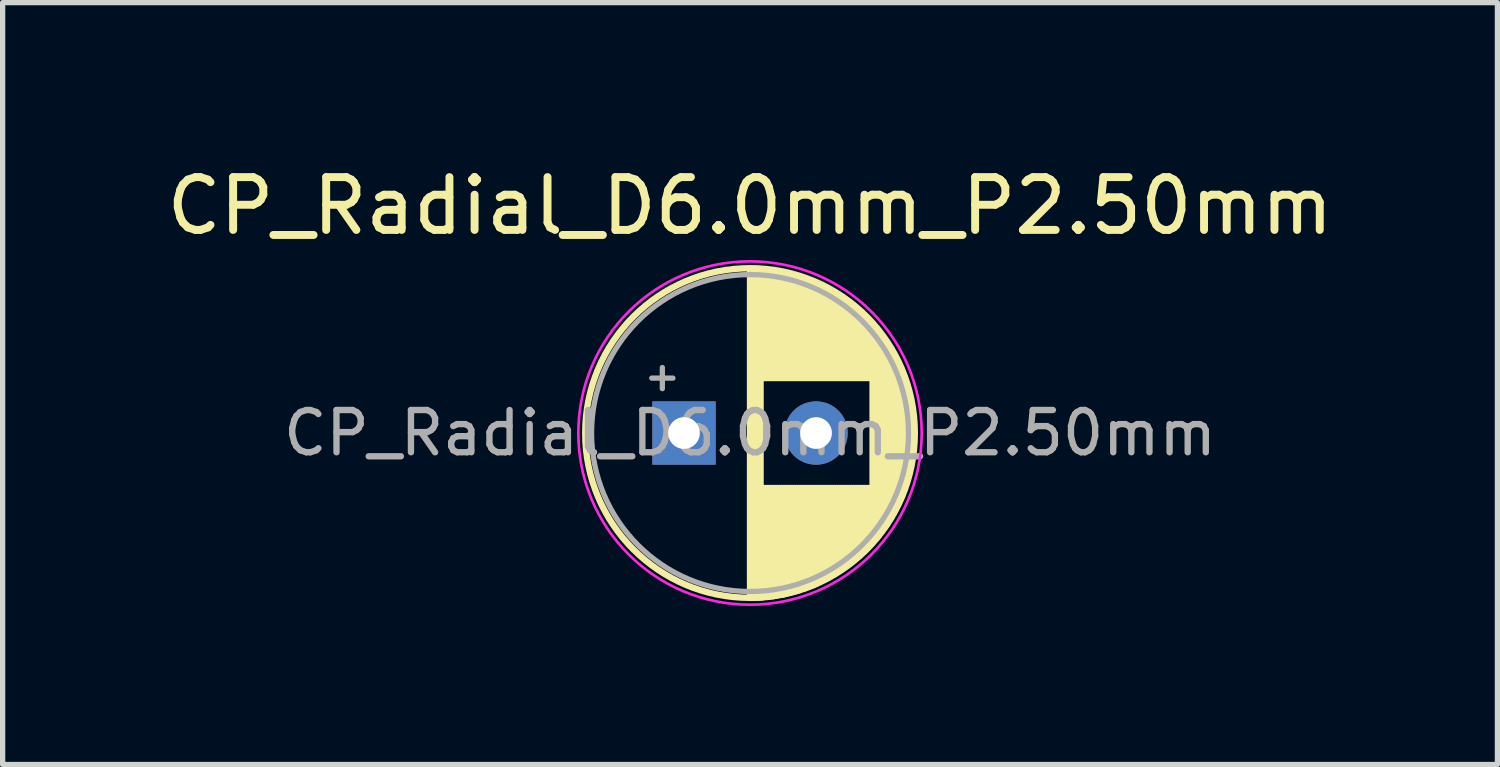
<source format=kicad_pcb>
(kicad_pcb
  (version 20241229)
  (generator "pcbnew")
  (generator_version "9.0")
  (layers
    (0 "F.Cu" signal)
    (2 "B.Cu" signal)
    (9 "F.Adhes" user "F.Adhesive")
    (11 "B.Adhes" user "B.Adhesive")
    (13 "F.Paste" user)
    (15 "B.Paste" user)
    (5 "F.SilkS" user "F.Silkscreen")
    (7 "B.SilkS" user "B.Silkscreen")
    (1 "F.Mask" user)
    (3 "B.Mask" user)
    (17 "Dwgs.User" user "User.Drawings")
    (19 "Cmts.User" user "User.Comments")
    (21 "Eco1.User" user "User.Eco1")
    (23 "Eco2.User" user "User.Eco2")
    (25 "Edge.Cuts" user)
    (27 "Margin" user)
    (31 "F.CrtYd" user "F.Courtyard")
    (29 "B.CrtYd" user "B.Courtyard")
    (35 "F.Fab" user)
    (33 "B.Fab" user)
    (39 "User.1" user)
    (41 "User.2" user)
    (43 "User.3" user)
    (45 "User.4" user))
  (footprint "CP_Radial_D6.0mm_P2.50mm"
    (layer "F.Cu")
    (at 11.149 5.148)
    (property "Reference" "CP_Radial_D6.0mm_P2.50mm" (at 0 -4.3 0) (layer "F.SilkS") (effects (font (size 1 1) (thickness 0.15))))
    (attr through_hole)
    (fp_line (start 0 -3.11) (end 0 3.12) (stroke (width 0.12) (type solid)) (layer "F.SilkS"))
    (fp_line (start 0.04 -3.1) (end 0.04 3.12) (stroke (width 0.12) (type solid)) (layer "F.SilkS"))
    (fp_line (start 0.08 -3.11) (end 0.08 3.119) (stroke (width 0.12) (type solid)) (layer "F.SilkS"))
    (fp_line (start 0.12 -3.11) (end 0.12 3.118) (stroke (width 0.12) (type solid)) (layer "F.SilkS"))
    (fp_line (start 0.16 -3.1) (end 0.16 3.116) (stroke (width 0.12) (type solid)) (layer "F.SilkS"))
    (fp_line (start 0.2 -3.1) (end 0.2 3.114) (stroke (width 0.12) (type solid)) (layer "F.SilkS"))
    (fp_line (start 0.24 -3.1) (end 0.24 -1.04) (stroke (width 0.12) (type solid)) (layer "F.SilkS"))
    (fp_line (start 0.24 1.04) (end 0.24 3.111) (stroke (width 0.12) (type solid)) (layer "F.SilkS"))
    (fp_line (start 0.28 -3.09) (end 0.28 -1.04) (stroke (width 0.12) (type solid)) (layer "F.SilkS"))
    (fp_line (start 0.28 1.04) (end 0.28 3.1) (stroke (width 0.12) (type solid)) (layer "F.SilkS"))
    (fp_line (start 0.32 -3.09) (end 0.32 -1.04) (stroke (width 0.12) (type solid)) (layer "F.SilkS"))
    (fp_line (start 0.32 1.04) (end 0.32 3.104) (stroke (width 0.12) (type solid)) (layer "F.SilkS"))
    (fp_line (start 0.36 -3.08) (end 0.36 -1.04) (stroke (width 0.12) (type solid)) (layer "F.SilkS"))
    (fp_line (start 0.36 1.04) (end 0.36 3.099) (stroke (width 0.12) (type solid)) (layer "F.SilkS"))
    (fp_line (start 0.4 -3.07) (end 0.4 -1.04) (stroke (width 0.12) (type solid)) (layer "F.SilkS"))
    (fp_line (start 0.4 1.04) (end 0.4 3.09) (stroke (width 0.12) (type solid)) (layer "F.SilkS"))
    (fp_line (start 0.44 -3.07) (end 0.44 -1.04) (stroke (width 0.12) (type solid)) (layer "F.SilkS"))
    (fp_line (start 0.44 1.04) (end 0.44 3.089) (stroke (width 0.12) (type solid)) (layer "F.SilkS"))
    (fp_line (start 0.48 -3.07) (end 0.48 -1.04) (stroke (width 0.12) (type solid)) (layer "F.SilkS"))
    (fp_line (start 0.48 1.04) (end 0.48 3.08) (stroke (width 0.12) (type solid)) (layer "F.SilkS"))
    (fp_line (start 0.52 -3.06) (end 0.52 -1.04) (stroke (width 0.12) (type solid)) (layer "F.SilkS"))
    (fp_line (start 0.52 1.04) (end 0.52 3.07) (stroke (width 0.12) (type solid)) (layer "F.SilkS"))
    (fp_line (start 0.56 -3.05) (end 0.56 -1.04) (stroke (width 0.12) (type solid)) (layer "F.SilkS"))
    (fp_line (start 0.56 1.04) (end 0.56 3.06) (stroke (width 0.12) (type solid)) (layer "F.SilkS"))
    (fp_line (start 0.6 -3.04) (end 0.6 -1.04) (stroke (width 0.12) (type solid)) (layer "F.SilkS"))
    (fp_line (start 0.6 1.04) (end 0.6 3.06) (stroke (width 0.12) (type solid)) (layer "F.SilkS"))
    (fp_line (start 0.64 -3.04) (end 0.64 -1.04) (stroke (width 0.12) (type solid)) (layer "F.SilkS"))
    (fp_line (start 0.64 1.04) (end 0.64 3.054) (stroke (width 0.12) (type solid)) (layer "F.SilkS"))
    (fp_line (start 0.68 -3.02) (end 0.68 -1.04) (stroke (width 0.12) (type solid)) (layer "F.SilkS"))
    (fp_line (start 0.68 1.04) (end 0.68 3.04) (stroke (width 0.12) (type solid)) (layer "F.SilkS"))
    (fp_line (start 0.72 -3.02) (end 0.72 -1.04) (stroke (width 0.12) (type solid)) (layer "F.SilkS"))
    (fp_line (start 0.72 1.04) (end 0.72 3.03) (stroke (width 0.12) (type solid)) (layer "F.SilkS"))
    (fp_line (start 0.76 -3.01) (end 0.76 -1.04) (stroke (width 0.12) (type solid)) (layer "F.SilkS"))
    (fp_line (start 0.76 1.04) (end 0.76 3.02) (stroke (width 0.12) (type solid)) (layer "F.SilkS"))
    (fp_line (start 0.8 -3) (end 0.8 -1.04) (stroke (width 0.12) (type solid)) (layer "F.SilkS"))
    (fp_line (start 0.8 1.04) (end 0.8 3.01) (stroke (width 0.12) (type solid)) (layer "F.SilkS"))
    (fp_line (start 0.84 -2.99) (end 0.84 -1.04) (stroke (width 0.12) (type solid)) (layer "F.SilkS"))
    (fp_line (start 0.84 1.04) (end 0.84 3) (stroke (width 0.12) (type solid)) (layer "F.SilkS"))
    (fp_line (start 0.88 -2.98) (end 0.88 -1.04) (stroke (width 0.12) (type solid)) (layer "F.SilkS"))
    (fp_line (start 0.88 1.04) (end 0.88 2.99) (stroke (width 0.12) (type solid)) (layer "F.SilkS"))
    (fp_line (start 0.92 -2.97) (end 0.92 -1.04) (stroke (width 0.12) (type solid)) (layer "F.SilkS"))
    (fp_line (start 0.92 1.04) (end 0.92 2.98) (stroke (width 0.12) (type solid)) (layer "F.SilkS"))
    (fp_line (start 0.96 -2.95) (end 0.96 -1.04) (stroke (width 0.12) (type solid)) (layer "F.SilkS"))
    (fp_line (start 0.96 1.04) (end 0.96 2.96) (stroke (width 0.12) (type solid)) (layer "F.SilkS"))
    (fp_line (start 1 -2.94) (end 1 -1.04) (stroke (width 0.12) (type solid)) (layer "F.SilkS"))
    (fp_line (start 1 1.04) (end 1 2.95) (stroke (width 0.12) (type solid)) (layer "F.SilkS"))
    (fp_line (start 1.04 -2.93) (end 1.04 -1.04) (stroke (width 0.12) (type solid)) (layer "F.SilkS"))
    (fp_line (start 1.04 1.04) (end 1.04 2.94) (stroke (width 0.12) (type solid)) (layer "F.SilkS"))
    (fp_line (start 1.08 -2.91) (end 1.08 -1.04) (stroke (width 0.12) (type solid)) (layer "F.SilkS"))
    (fp_line (start 1.08 1.04) (end 1.08 2.92) (stroke (width 0.12) (type solid)) (layer "F.SilkS"))
    (fp_line (start 1.12 -2.89) (end 1.12 -1.04) (stroke (width 0.12) (type solid)) (layer "F.SilkS"))
    (fp_line (start 1.12 1.04) (end 1.12 2.91) (stroke (width 0.12) (type solid)) (layer "F.SilkS"))
    (fp_line (start 1.16 -2.89) (end 1.16 -1.04) (stroke (width 0.12) (type solid)) (layer "F.SilkS"))
    (fp_line (start 1.16 1.04) (end 1.16 2.89) (stroke (width 0.12) (type solid)) (layer "F.SilkS"))
    (fp_line (start 1.2 -2.87) (end 1.2 -1.04) (stroke (width 0.12) (type solid)) (layer "F.SilkS"))
    (fp_line (start 1.2 1.04) (end 1.2 2.88) (stroke (width 0.12) (type solid)) (layer "F.SilkS"))
    (fp_line (start 1.24 -2.85) (end 1.24 -1.04) (stroke (width 0.12) (type solid)) (layer "F.SilkS"))
    (fp_line (start 1.24 1.04) (end 1.24 2.86) (stroke (width 0.12) (type solid)) (layer "F.SilkS"))
    (fp_line (start 1.28 -2.83) (end 1.28 -1.04) (stroke (width 0.12) (type solid)) (layer "F.SilkS"))
    (fp_line (start 1.28 1.04) (end 1.28 2.84) (stroke (width 0.12) (type solid)) (layer "F.SilkS"))
    (fp_line (start 1.32 -2.82) (end 1.32 -1.04) (stroke (width 0.12) (type solid)) (layer "F.SilkS"))
    (fp_line (start 1.32 1.04) (end 1.32 2.82) (stroke (width 0.12) (type solid)) (layer "F.SilkS"))
    (fp_line (start 1.36 -2.8) (end 1.36 -1.04) (stroke (width 0.12) (type solid)) (layer "F.SilkS"))
    (fp_line (start 1.36 1.04) (end 1.36 2.8) (stroke (width 0.12) (type solid)) (layer "F.SilkS"))
    (fp_line (start 1.4 -2.78) (end 1.4 -1.04) (stroke (width 0.12) (type solid)) (layer "F.SilkS"))
    (fp_line (start 1.4 1.04) (end 1.4 2.78) (stroke (width 0.12) (type solid)) (layer "F.SilkS"))
    (fp_line (start 1.44 -2.76) (end 1.44 -1.04) (stroke (width 0.12) (type solid)) (layer "F.SilkS"))
    (fp_line (start 1.44 1.04) (end 1.44 2.76) (stroke (width 0.12) (type solid)) (layer "F.SilkS"))
    (fp_line (start 1.48 -2.74) (end 1.48 -1.04) (stroke (width 0.12) (type solid)) (layer "F.SilkS"))
    (fp_line (start 1.48 1.04) (end 1.48 2.74) (stroke (width 0.12) (type solid)) (layer "F.SilkS"))
    (fp_line (start 1.52 -2.71) (end 1.52 -1.04) (stroke (width 0.12) (type solid)) (layer "F.SilkS"))
    (fp_line (start 1.52 1.04) (end 1.52 2.71) (stroke (width 0.12) (type solid)) (layer "F.SilkS"))
    (fp_line (start 1.56 -2.69) (end 1.56 -1.04) (stroke (width 0.12) (type solid)) (layer "F.SilkS"))
    (fp_line (start 1.56 1.04) (end 1.56 2.68) (stroke (width 0.12) (type solid)) (layer "F.SilkS"))
    (fp_line (start 1.6 -2.67) (end 1.6 -1.04) (stroke (width 0.12) (type solid)) (layer "F.SilkS"))
    (fp_line (start 1.6 1.04) (end 1.6 2.67) (stroke (width 0.12) (type solid)) (layer "F.SilkS"))
    (fp_line (start 1.64 -2.64) (end 1.64 -1.04) (stroke (width 0.12) (type solid)) (layer "F.SilkS"))
    (fp_line (start 1.64 1.04) (end 1.64 2.64) (stroke (width 0.12) (type solid)) (layer "F.SilkS"))
    (fp_line (start 1.68 -2.62) (end 1.68 -1.04) (stroke (width 0.12) (type solid)) (layer "F.SilkS"))
    (fp_line (start 1.68 1.04) (end 1.68 2.61) (stroke (width 0.12) (type solid)) (layer "F.SilkS"))
    (fp_line (start 1.72 -2.59) (end 1.72 -1.04) (stroke (width 0.12) (type solid)) (layer "F.SilkS"))
    (fp_line (start 1.72 1.04) (end 1.72 2.59) (stroke (width 0.12) (type solid)) (layer "F.SilkS"))
    (fp_line (start 1.76 -2.57) (end 1.76 -1.04) (stroke (width 0.12) (type solid)) (layer "F.SilkS"))
    (fp_line (start 1.76 1.04) (end 1.76 2.56) (stroke (width 0.12) (type solid)) (layer "F.SilkS"))
    (fp_line (start 1.8 -2.54) (end 1.8 -1.04) (stroke (width 0.12) (type solid)) (layer "F.SilkS"))
    (fp_line (start 1.8 1.04) (end 1.8 2.54) (stroke (width 0.12) (type solid)) (layer "F.SilkS"))
    (fp_line (start 1.84 -2.51) (end 1.84 -1.04) (stroke (width 0.12) (type solid)) (layer "F.SilkS"))
    (fp_line (start 1.84 1.04) (end 1.84 2.51) (stroke (width 0.12) (type solid)) (layer "F.SilkS"))
    (fp_line (start 1.88 -2.48) (end 1.88 -1.04) (stroke (width 0.12) (type solid)) (layer "F.SilkS"))
    (fp_line (start 1.88 1.04) (end 1.88 2.48) (stroke (width 0.12) (type solid)) (layer "F.SilkS"))
    (fp_line (start 1.92 -2.45) (end 1.92 -1.04) (stroke (width 0.12) (type solid)) (layer "F.SilkS"))
    (fp_line (start 1.92 1.04) (end 1.92 2.45) (stroke (width 0.12) (type solid)) (layer "F.SilkS"))
    (fp_line (start 1.96 -2.42) (end 1.96 -1.04) (stroke (width 0.12) (type solid)) (layer "F.SilkS"))
    (fp_line (start 1.96 1.04) (end 1.96 2.41) (stroke (width 0.12) (type solid)) (layer "F.SilkS"))
    (fp_line (start 2 -2.38) (end 2 -1.04) (stroke (width 0.12) (type solid)) (layer "F.SilkS"))
    (fp_line (start 2 1.04) (end 2 2.38) (stroke (width 0.12) (type solid)) (layer "F.SilkS"))
    (fp_line (start 2.04 -2.35) (end 2.04 -1.04) (stroke (width 0.12) (type solid)) (layer "F.SilkS"))
    (fp_line (start 2.04 1.04) (end 2.04 2.35) (stroke (width 0.12) (type solid)) (layer "F.SilkS"))
    (fp_line (start 2.08 -2.31) (end 2.08 -1.04) (stroke (width 0.12) (type solid)) (layer "F.SilkS"))
    (fp_line (start 2.08 1.04) (end 2.08 2.32) (stroke (width 0.12) (type solid)) (layer "F.SilkS"))
    (fp_line (start 2.12 -2.28) (end 2.12 -1.04) (stroke (width 0.12) (type solid)) (layer "F.SilkS"))
    (fp_line (start 2.12 1.04) (end 2.12 2.27) (stroke (width 0.12) (type solid)) (layer "F.SilkS"))
    (fp_line (start 2.16 -2.24) (end 2.16 -1.04) (stroke (width 0.12) (type solid)) (layer "F.SilkS"))
    (fp_line (start 2.16 1.04) (end 2.16 2.25) (stroke (width 0.12) (type solid)) (layer "F.SilkS"))
    (fp_line (start 2.2 -2.2) (end 2.2 -1.04) (stroke (width 0.12) (type solid)) (layer "F.SilkS"))
    (fp_line (start 2.2 1.04) (end 2.2 2.21) (stroke (width 0.12) (type solid)) (layer "F.SilkS"))
    (fp_line (start 2.24 -2.16) (end 2.24 -1.04) (stroke (width 0.12) (type solid)) (layer "F.SilkS"))
    (fp_line (start 2.24 1.04) (end 2.24 2.16) (stroke (width 0.12) (type solid)) (layer "F.SilkS"))
    (fp_line (start 2.28 -2.12) (end 2.28 -1.04) (stroke (width 0.12) (type solid)) (layer "F.SilkS"))
    (fp_line (start 2.28 1.04) (end 2.28 2.12) (stroke (width 0.12) (type solid)) (layer "F.SilkS"))
    (fp_line (start 2.32 -2.07) (end 2.32 2.08) (stroke (width 0.12) (type solid)) (layer "F.SilkS"))
    (fp_line (start 2.36 -2.03) (end 2.36 2.02) (stroke (width 0.12) (type solid)) (layer "F.SilkS"))
    (fp_line (start 2.4 -1.98) (end 2.4 1.98) (stroke (width 0.12) (type solid)) (layer "F.SilkS"))
    (fp_line (start 2.44 -1.93) (end 2.44 1.94) (stroke (width 0.12) (type solid)) (layer "F.SilkS"))
    (fp_line (start 2.48 -1.86) (end 2.48 1.88) (stroke (width 0.12) (type solid)) (layer "F.SilkS"))
    (fp_line (start 2.52 -1.82) (end 2.52 1.83) (stroke (width 0.12) (type solid)) (layer "F.SilkS"))
    (fp_line (start 2.56 -1.76) (end 2.56 1.78) (stroke (width 0.12) (type solid)) (layer "F.SilkS"))
    (fp_line (start 2.6 -1.69) (end 2.6 1.72) (stroke (width 0.12) (type solid)) (layer "F.SilkS"))
    (fp_line (start 2.64 -1.62) (end 2.64 1.65) (stroke (width 0.12) (type solid)) (layer "F.SilkS"))
    (fp_line (start 2.68 -1.56) (end 2.68 1.59) (stroke (width 0.12) (type solid)) (layer "F.SilkS"))
    (fp_line (start 2.72 -1.49) (end 2.72 1.52) (stroke (width 0.12) (type solid)) (layer "F.SilkS"))
    (fp_line (start 2.76 -1.41) (end 2.76 1.44) (stroke (width 0.12) (type solid)) (layer "F.SilkS"))
    (fp_line (start 2.8 -1.34) (end 2.8 1.36) (stroke (width 0.12) (type solid)) (layer "F.SilkS"))
    (fp_line (start 2.84 -1.25) (end 2.84 1.27) (stroke (width 0.12) (type solid)) (layer "F.SilkS"))
    (fp_line (start 2.88 -1.16) (end 2.88 1.19) (stroke (width 0.12) (type solid)) (layer "F.SilkS"))
    (fp_line (start 2.92 -1.05) (end 2.92 1.08) (stroke (width 0.12) (type solid)) (layer "F.SilkS"))
    (fp_line (start 2.96 -0.93) (end 2.96 0.91) (stroke (width 0.12) (type solid)) (layer "F.SilkS"))
    (fp_line (start 3 -0.8) (end 3 0.81) (stroke (width 0.12) (type solid)) (layer "F.SilkS"))
    (fp_line (start 3.04 -0.65) (end 3.04 0.62) (stroke (width 0.12) (type solid)) (layer "F.SilkS"))
    (fp_line (start 3.08 -0.46) (end 3.08 0.45) (stroke (width 0.12) (type solid)) (layer "F.SilkS"))
    (fp_circle (center 0 0) (end 3.12 0) (stroke (width 0.12) (type solid)) (fill no) (layer "F.SilkS"))
    (fp_circle (center 0 0) (end 3.25 0) (stroke (width 0.05) (type solid)) (fill no) (layer "F.CrtYd"))
    (fp_line (start -1.86 -1.04) (end -1.46 -1.04) (stroke (width 0.1) (type solid)) (layer "F.Fab"))
    (fp_line (start -1.66 -1.24) (end -1.66 -0.84) (stroke (width 0.1) (type solid)) (layer "F.Fab"))
    (fp_circle (center 0 0) (end 3 0) (stroke (width 0.1) (type solid)) (fill no) (layer "F.Fab"))
    (fp_text user "${REFERENCE}" (at 0 0 0) (layer "F.Fab") (effects (font (size 0.8 0.8) (thickness 0.12))))
    (pad "1" thru_hole rect (at -1.25 0) (size 1.2 1.2) (drill 0.6) (layers "*.Cu" "*.Mask"))
    (pad "2" thru_hole circle (at 1.25 0) (size 1.2 1.2) (drill 0.6) (layers "*.Cu" "*.Mask")))
  (gr_rect
    (start -3 -3)
    (end 25.298 11.423)
    (stroke (width 0.1) (type default))
    (fill no)
    (layer "Edge.Cuts")))
</source>
